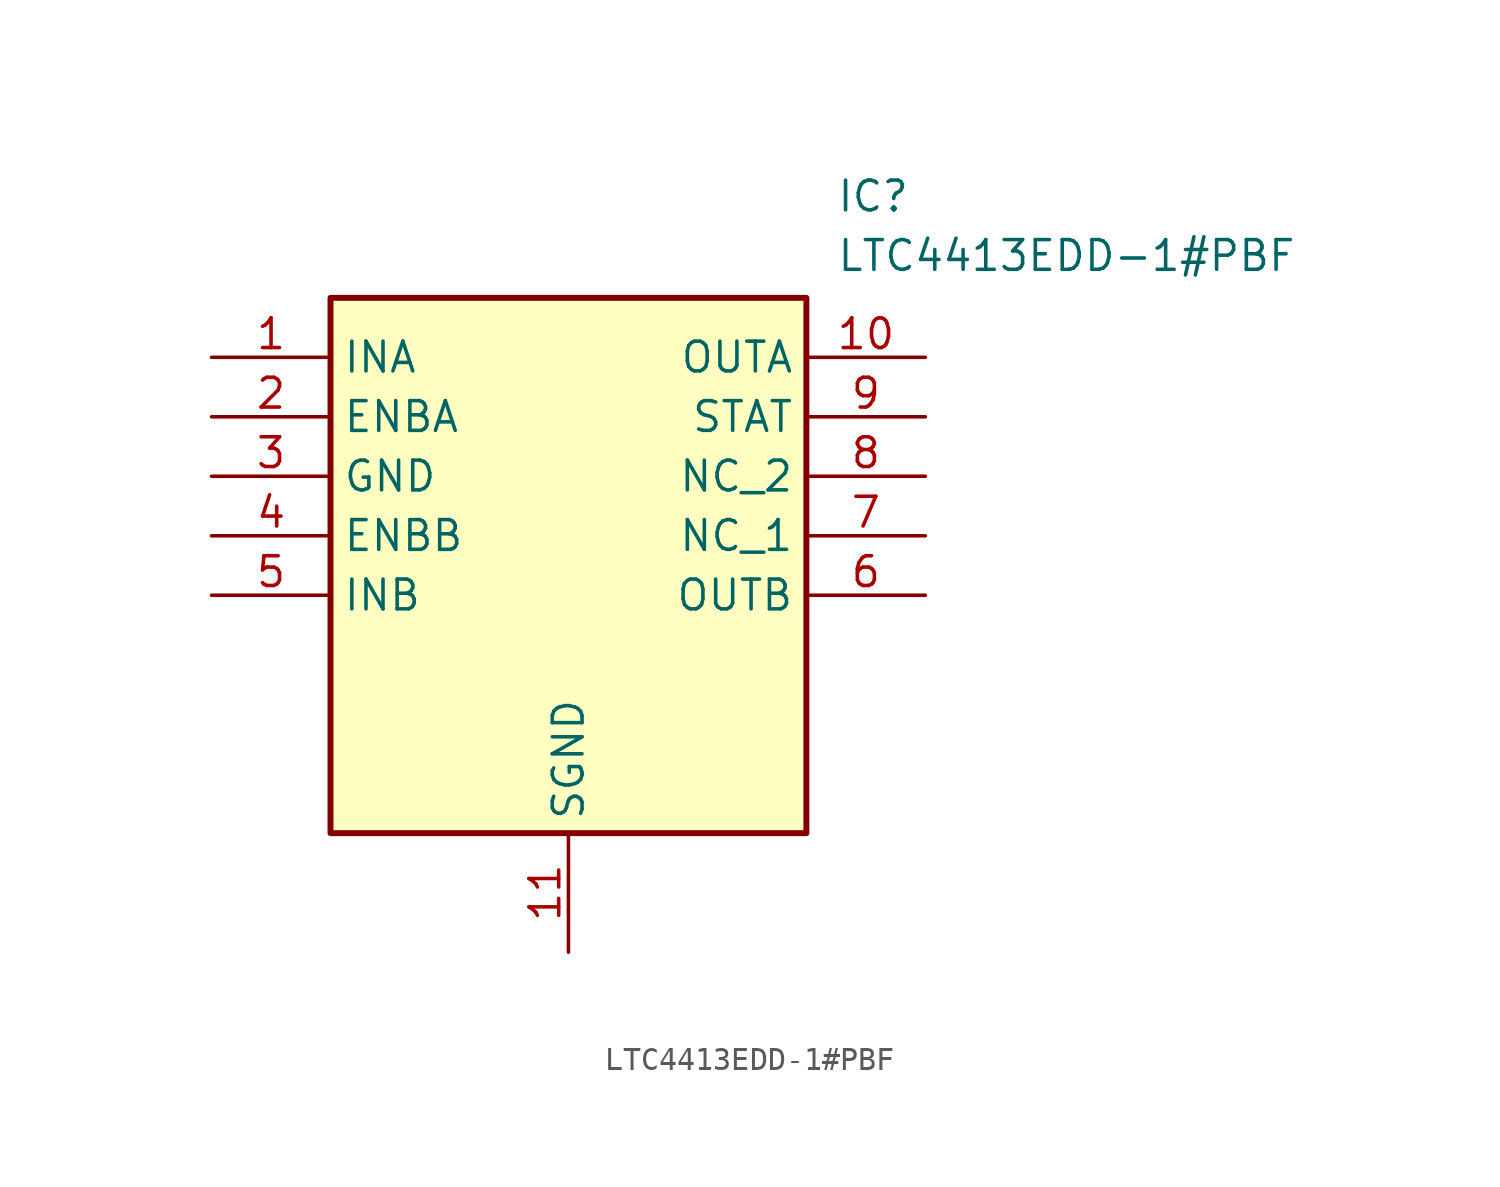
<source format=kicad_sym>
(kicad_symbol_lib
  (version 20211014)
  (generator SamacSys_ECAD_Model)
  (symbol "LTC4413EDD-1#PBF"
    (property "Reference" "IC"
      (at 26.67 7.62 0)
      (effects (font (size 1.27 1.27)) (justify left top)))
    (property "Value" "LTC4413EDD-1#PBF"
      (at 26.67 5.08 0)
      (effects (font (size 1.27 1.27)) (justify left top)))
    (rectangle
      (start 5.08 2.54)
      (end 25.4 -20.32)
      (stroke (width 0.254) (type default))
      (fill (type background)))
    (pin passive line
      (at 0 0 0)
      (length 5.08)
      (name "INA" (effects (font (size 1.27 1.27))))
      (number "1" (effects (font (size 1.27 1.27)))))
    (pin passive line
      (at 0 -2.54 0)
      (length 5.08)
      (name "ENBA" (effects (font (size 1.27 1.27))))
      (number "2" (effects (font (size 1.27 1.27)))))
    (pin passive line
      (at 0 -5.08 0)
      (length 5.08)
      (name "GND" (effects (font (size 1.27 1.27))))
      (number "3" (effects (font (size 1.27 1.27)))))
    (pin passive line
      (at 0 -7.62 0)
      (length 5.08)
      (name "ENBB" (effects (font (size 1.27 1.27))))
      (number "4" (effects (font (size 1.27 1.27)))))
    (pin passive line
      (at 0 -10.16 0)
      (length 5.08)
      (name "INB" (effects (font (size 1.27 1.27))))
      (number "5" (effects (font (size 1.27 1.27)))))
    (pin passive line
      (at 15.24 -25.4 90)
      (length 5.08)
      (name "SGND" (effects (font (size 1.27 1.27))))
      (number "11" (effects (font (size 1.27 1.27)))))
    (pin passive line
      (at 30.48 0 180)
      (length 5.08)
      (name "OUTA" (effects (font (size 1.27 1.27))))
      (number "10" (effects (font (size 1.27 1.27)))))
    (pin passive line
      (at 30.48 -2.54 180)
      (length 5.08)
      (name "STAT" (effects (font (size 1.27 1.27))))
      (number "9" (effects (font (size 1.27 1.27)))))
    (pin passive line
      (at 30.48 -5.08 180)
      (length 5.08)
      (name "NC_2" (effects (font (size 1.27 1.27))))
      (number "8" (effects (font (size 1.27 1.27)))))
    (pin passive line
      (at 30.48 -7.62 180)
      (length 5.08)
      (name "NC_1" (effects (font (size 1.27 1.27))))
      (number "7" (effects (font (size 1.27 1.27)))))
    (pin passive line
      (at 30.48 -10.16 180)
      (length 5.08)
      (name "OUTB" (effects (font (size 1.27 1.27))))
      (number "6" (effects (font (size 1.27 1.27)))))))
</source>
